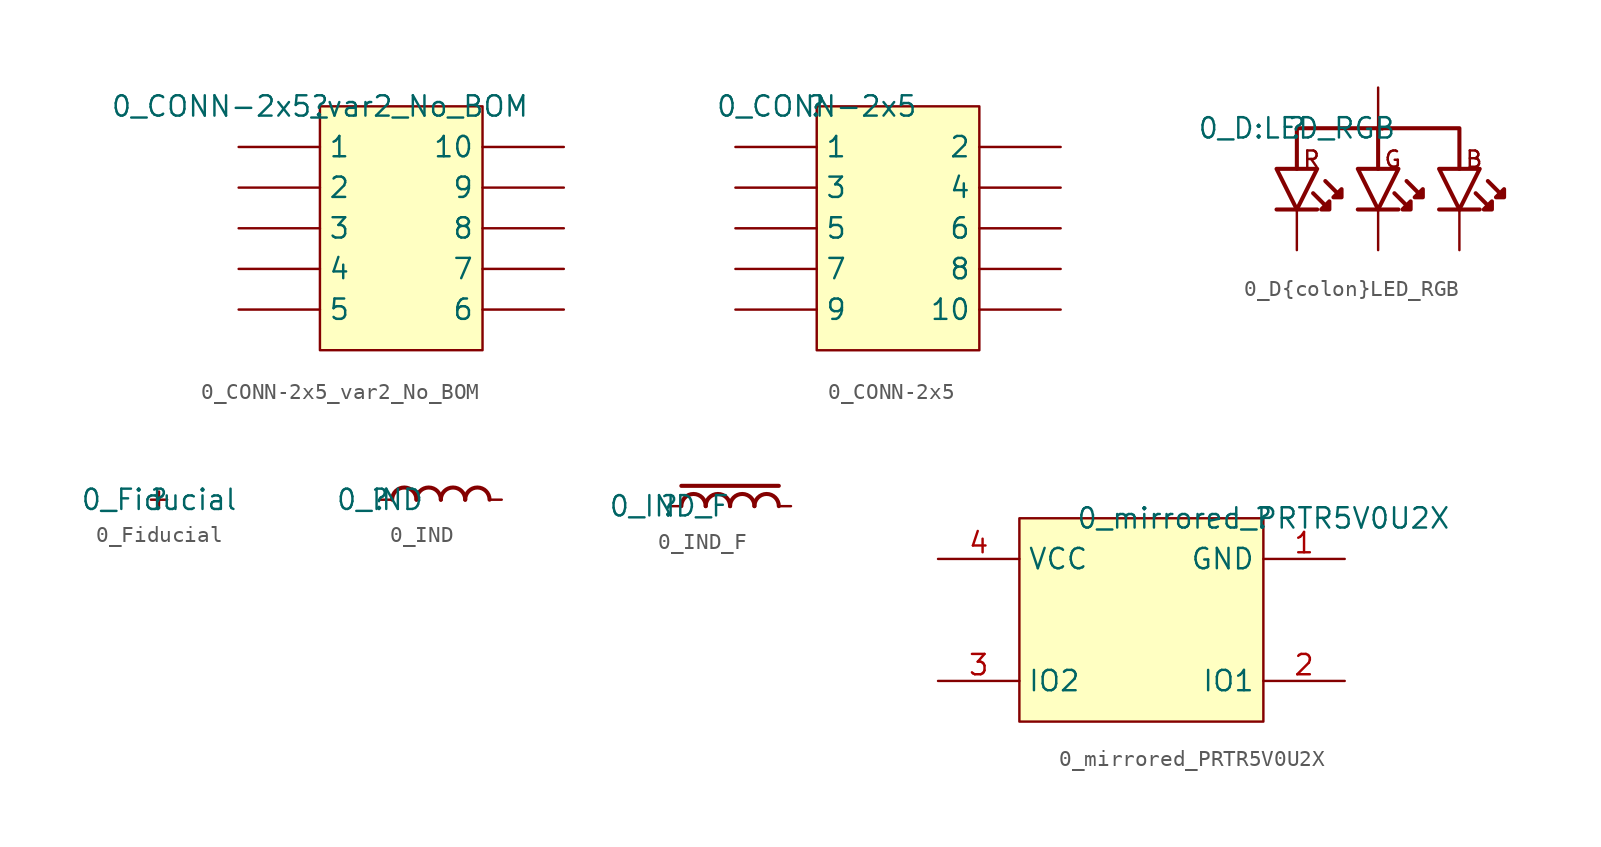
<source format=kicad_sym>
(kicad_symbol_lib
  (version 20211014)
  (generator kicad_symbol_editor)
  (symbol "0_CONN-2x5_var2_No_BOM"
    (property "Reference" ""
      (at 0 0 0)
      (effects (font (size 1.27 1.27))))
    (property "Value" "0_CONN-2x5_var2_No_BOM"
      (at 0 0 0)
      (effects (font (size 1.27 1.27))))
    (symbol "0_CONN-2x5_var2_No_BOM_1_0"
      (rectangle (start 10.16 0) (end 0 -15.24) (stroke (width 0) (type default) (color 0 0 0 0)) (fill (type background)))
      (pin passive line (at -5.08 -2.54 0) (length 5.08) (name "1" (effects (font (size 1.27 1.27)))) (number "1" (effects (font (size 0 0)))))
      (pin passive line (at 15.24 -2.54 180) (length 5.08) (name "10" (effects (font (size 1.27 1.27)))) (number "10" (effects (font (size 0 0)))))
      (pin passive line (at -5.08 -5.08 0) (length 5.08) (name "2" (effects (font (size 1.27 1.27)))) (number "2" (effects (font (size 0 0)))))
      (pin passive line (at -5.08 -7.62 0) (length 5.08) (name "3" (effects (font (size 1.27 1.27)))) (number "3" (effects (font (size 0 0)))))
      (pin passive line (at -5.08 -10.16 0) (length 5.08) (name "4" (effects (font (size 1.27 1.27)))) (number "4" (effects (font (size 0 0)))))
      (pin passive line (at -5.08 -12.7 0) (length 5.08) (name "5" (effects (font (size 1.27 1.27)))) (number "5" (effects (font (size 0 0)))))
      (pin passive line (at 15.24 -12.7 180) (length 5.08) (name "6" (effects (font (size 1.27 1.27)))) (number "6" (effects (font (size 0 0)))))
      (pin passive line (at 15.24 -10.16 180) (length 5.08) (name "7" (effects (font (size 1.27 1.27)))) (number "7" (effects (font (size 0 0)))))
      (pin passive line (at 15.24 -7.62 180) (length 5.08) (name "8" (effects (font (size 1.27 1.27)))) (number "8" (effects (font (size 0 0)))))
      (pin passive line (at 15.24 -5.08 180) (length 5.08) (name "9" (effects (font (size 1.27 1.27)))) (number "9" (effects (font (size 0 0)))))))
  (symbol "0_CONN-2x5"
    (property "Reference" ""
      (at 0 0 0)
      (effects (font (size 1.27 1.27))))
    (property "Value" "0_CONN-2x5"
      (at 0 0 0)
      (effects (font (size 1.27 1.27))))
    (symbol "0_CONN-2x5_1_0"
      (rectangle (start 10.16 0) (end 0 -15.24) (stroke (width 0) (type default) (color 0 0 0 0)) (fill (type background)))
      (pin passive line (at -5.08 -2.54 0) (length 5.08) (name "1" (effects (font (size 1.27 1.27)))) (number "1" (effects (font (size 0 0)))))
      (pin passive line (at 15.24 -12.7 180) (length 5.08) (name "10" (effects (font (size 1.27 1.27)))) (number "10" (effects (font (size 0 0)))))
      (pin passive line (at 15.24 -2.54 180) (length 5.08) (name "2" (effects (font (size 1.27 1.27)))) (number "2" (effects (font (size 0 0)))))
      (pin passive line (at -5.08 -5.08 0) (length 5.08) (name "3" (effects (font (size 1.27 1.27)))) (number "3" (effects (font (size 0 0)))))
      (pin passive line (at 15.24 -5.08 180) (length 5.08) (name "4" (effects (font (size 1.27 1.27)))) (number "4" (effects (font (size 0 0)))))
      (pin passive line (at -5.08 -7.62 0) (length 5.08) (name "5" (effects (font (size 1.27 1.27)))) (number "5" (effects (font (size 0 0)))))
      (pin passive line (at 15.24 -7.62 180) (length 5.08) (name "6" (effects (font (size 1.27 1.27)))) (number "6" (effects (font (size 0 0)))))
      (pin passive line (at -5.08 -10.16 0) (length 5.08) (name "7" (effects (font (size 1.27 1.27)))) (number "7" (effects (font (size 0 0)))))
      (pin passive line (at 15.24 -10.16 180) (length 5.08) (name "8" (effects (font (size 1.27 1.27)))) (number "8" (effects (font (size 0 0)))))
      (pin passive line (at -5.08 -12.7 0) (length 5.08) (name "9" (effects (font (size 1.27 1.27)))) (number "9" (effects (font (size 0 0)))))))
  (symbol "0_D{colon}LED_RGB"
    (property "Reference" ""
      (at 0 0 0)
      (effects (font (size 1.27 1.27))))
    (property "Value" "0_D:LED_RGB"
      (at 0 0 0)
      (effects (font (size 1.27 1.27))))
    (symbol "0_D{colon}LED_RGB_1_0"
      (polyline (pts (xy -1.27 -5.08) (xy 0 -5.08)) (stroke (width 0.254) (type default) (color 0 0 0 0)) (fill (type none)))
      (polyline (pts (xy 0 -5.08) (xy 1.27 -5.08)) (stroke (width 0.254) (type default) (color 0 0 0 0)) (fill (type none)))
      (polyline (pts (xy 3.81 -5.08) (xy 5.08 -5.08)) (stroke (width 0.254) (type default) (color 0 0 0 0)) (fill (type none)))
      (polyline (pts (xy 5.08 -5.08) (xy 6.35 -5.08)) (stroke (width 0.254) (type default) (color 0 0 0 0)) (fill (type none)))
      (polyline (pts (xy 5.08 -2.54) (xy 5.08 0)) (stroke (width 0.254) (type default) (color 0 0 0 0)) (fill (type none)))
      (polyline (pts (xy 8.89 -5.08) (xy 10.16 -5.08)) (stroke (width 0.254) (type default) (color 0 0 0 0)) (fill (type none)))
      (polyline (pts (xy 10.16 -5.08) (xy 11.43 -5.08)) (stroke (width 0.254) (type default) (color 0 0 0 0)) (fill (type none)))
      (polyline (pts (xy -1.27 -2.54) (xy 0 -5.08) (xy 1.27 -2.54) (xy -1.27 -2.54)) (stroke (width 0.254) (type default) (color 0 0 0 0)) (fill (type none)))
      (polyline (pts (xy 0 -2.54) (xy 0 0) (xy 10.16 0) (xy 10.16 -2.54)) (stroke (width 0.254) (type default) (color 0 0 0 0)) (fill (type none)))
      (polyline (pts (xy 3.81 -2.54) (xy 5.08 -5.08) (xy 6.35 -2.54) (xy 3.81 -2.54)) (stroke (width 0.254) (type default) (color 0 0 0 0)) (fill (type none)))
      (polyline (pts (xy 8.89 -2.54) (xy 10.16 -5.08) (xy 11.43 -2.54) (xy 8.89 -2.54)) (stroke (width 0.254) (type default) (color 0 0 0 0)) (fill (type none)))
      (polyline (pts (xy 1.016 -4.064) (xy 2.032 -5.08) (xy 2.032 -4.572) (xy 1.524 -5.08) (xy 2.032 -5.08)) (stroke (width 0.254) (type default) (color 0 0 0 0)) (fill (type none)))
      (polyline (pts (xy 1.778 -3.302) (xy 2.794 -4.318) (xy 2.794 -3.81) (xy 2.286 -4.318) (xy 2.794 -4.318)) (stroke (width 0.254) (type default) (color 0 0 0 0)) (fill (type none)))
      (polyline (pts (xy 6.096 -4.064) (xy 7.112 -5.08) (xy 7.112 -4.572) (xy 6.604 -5.08) (xy 7.112 -5.08)) (stroke (width 0.254) (type default) (color 0 0 0 0)) (fill (type none)))
      (polyline (pts (xy 6.858 -3.302) (xy 7.874 -4.318) (xy 7.874 -3.81) (xy 7.366 -4.318) (xy 7.874 -4.318)) (stroke (width 0.254) (type default) (color 0 0 0 0)) (fill (type none)))
      (polyline (pts (xy 11.176 -4.064) (xy 12.192 -5.08) (xy 12.192 -4.572) (xy 11.684 -5.08) (xy 12.192 -5.08)) (stroke (width 0.254) (type default) (color 0 0 0 0)) (fill (type none)))
      (polyline (pts (xy 11.938 -3.302) (xy 12.954 -4.318) (xy 12.954 -3.81) (xy 12.446 -4.318) (xy 12.954 -4.318)) (stroke (width 0.254) (type default) (color 0 0 0 0)) (fill (type none)))
      (arc (start 5.334 0) (mid 4.8262 0.0099) (end 5.3332 -0.0198) (stroke (width 0.254) (type default) (color 0 0 0 0)) (fill (type none)))
      (text "B" (at 11.684 -2.54 0) (effects (font (size 1.016 1.016)) (justify right bottom)))
      (text "G" (at 6.604 -2.54 0) (effects (font (size 1.016 1.016)) (justify right bottom)))
      (text "R" (at 1.524 -2.54 0) (effects (font (size 1.016 1.016)) (justify right bottom)))
      (pin passive line (at 0 -7.62 90) (length 2.54) (name "C_RED" (effects (font (size 0 0)))) (number "1" (effects (font (size 0 0)))))
      (pin passive line (at 5.08 -7.62 90) (length 2.54) (name "C_GREEN" (effects (font (size 0 0)))) (number "2" (effects (font (size 0 0)))))
      (pin passive line (at 10.16 -7.62 90) (length 2.54) (name "C_BLUE" (effects (font (size 0 0)))) (number "3" (effects (font (size 0 0)))))
      (pin passive line (at 5.08 2.54 270) (length 2.54) (name "A" (effects (font (size 0 0)))) (number "4" (effects (font (size 0 0)))))))
  (symbol "0_Fiducial"
    (property "Reference" ""
      (at 0 0 0)
      (effects (font (size 1.27 1.27))))
    (property "Value" "0_Fiducial"
      (at 0 0 0)
      (effects (font (size 1.27 1.27))))
    (symbol "0_Fiducial_1_0"
      (polyline (pts (xy -0.508 0) (xy 0.508 0)) (stroke (width 0) (type default) (color 0 0 0 0)) (fill (type none)))
      (polyline (pts (xy 0 0.508) (xy 0 -0.508)) (stroke (width 0) (type default) (color 0 0 0 0)) (fill (type none)))))
  (symbol "0_IND"
    (property "Reference" ""
      (at 0 0 0)
      (effects (font (size 1.27 1.27))))
    (property "Value" "0_IND"
      (at 0 0 0)
      (effects (font (size 1.27 1.27))))
    (symbol "0_IND_1_0"
      (arc (start 2.286 0) (mid 1.524 0.762) (end 0.762 0) (stroke (width 0.254) (type default) (color 0 0 0 0)) (fill (type none)))
      (arc (start 3.81 0) (mid 3.048 0.762) (end 2.286 0) (stroke (width 0.254) (type default) (color 0 0 0 0)) (fill (type none)))
      (arc (start 5.334 0) (mid 4.572 0.762) (end 3.81 0) (stroke (width 0.254) (type default) (color 0 0 0 0)) (fill (type none)))
      (arc (start 6.858 0) (mid 6.096 0.762) (end 5.334 0) (stroke (width 0.254) (type default) (color 0 0 0 0)) (fill (type none)))
      (pin passive line (at 0 0 0) (length 0.762) (name "1" (effects (font (size 0 0)))) (number "1" (effects (font (size 0 0)))))
      (pin passive line (at 7.62 0 180) (length 0.762) (name "2" (effects (font (size 0 0)))) (number "2" (effects (font (size 0 0)))))))
  (symbol "0_IND_F"
    (property "Reference" ""
      (at 0 0 0)
      (effects (font (size 1.27 1.27))))
    (property "Value" "0_IND_F"
      (at 0 0 0)
      (effects (font (size 1.27 1.27))))
    (symbol "0_IND_F_1_0"
      (polyline (pts (xy 0.762 1.27) (xy 6.858 1.27)) (stroke (width 0.254) (type default) (color 0 0 0 0)) (fill (type none)))
      (arc (start 2.286 0) (mid 1.524 0.762) (end 0.762 0) (stroke (width 0.254) (type default) (color 0 0 0 0)) (fill (type none)))
      (arc (start 3.81 0) (mid 3.048 0.762) (end 2.286 0) (stroke (width 0.254) (type default) (color 0 0 0 0)) (fill (type none)))
      (arc (start 5.334 0) (mid 4.572 0.762) (end 3.81 0) (stroke (width 0.254) (type default) (color 0 0 0 0)) (fill (type none)))
      (arc (start 6.858 0) (mid 6.096 0.762) (end 5.334 0) (stroke (width 0.254) (type default) (color 0 0 0 0)) (fill (type none)))
      (pin passive line (at 0 0 0) (length 0.762) (name "1" (effects (font (size 0 0)))) (number "1" (effects (font (size 0 0)))))
      (pin passive line (at 7.62 0 180) (length 0.762) (name "2" (effects (font (size 0 0)))) (number "2" (effects (font (size 0 0)))))))
  (symbol "0_mirrored_PRTR5V0U2X"
    (property "Reference" ""
      (at 0 0 0)
      (effects (font (size 1.27 1.27))))
    (property "Value" "0_mirrored_PRTR5V0U2X"
      (at 0 0 0)
      (effects (font (size 1.27 1.27))))
    (symbol "0_mirrored_PRTR5V0U2X_1_0"
      (rectangle (start 0 0) (end -15.24 -12.7) (stroke (width 0) (type default) (color 0 0 0 0)) (fill (type background)))
      (pin passive line (at 5.08 -2.54 180) (length 5.08) (name "GND" (effects (font (size 1.27 1.27)))) (number "1" (effects (font (size 1.27 1.27)))))
      (pin passive line (at 5.08 -10.16 180) (length 5.08) (name "IO1" (effects (font (size 1.27 1.27)))) (number "2" (effects (font (size 1.27 1.27)))))
      (pin passive line (at -20.32 -10.16 0) (length 5.08) (name "IO2" (effects (font (size 1.27 1.27)))) (number "3" (effects (font (size 1.27 1.27)))))
      (pin passive line (at -20.32 -2.54 0) (length 5.08) (name "VCC" (effects (font (size 1.27 1.27)))) (number "4" (effects (font (size 1.27 1.27))))))))
</source>
